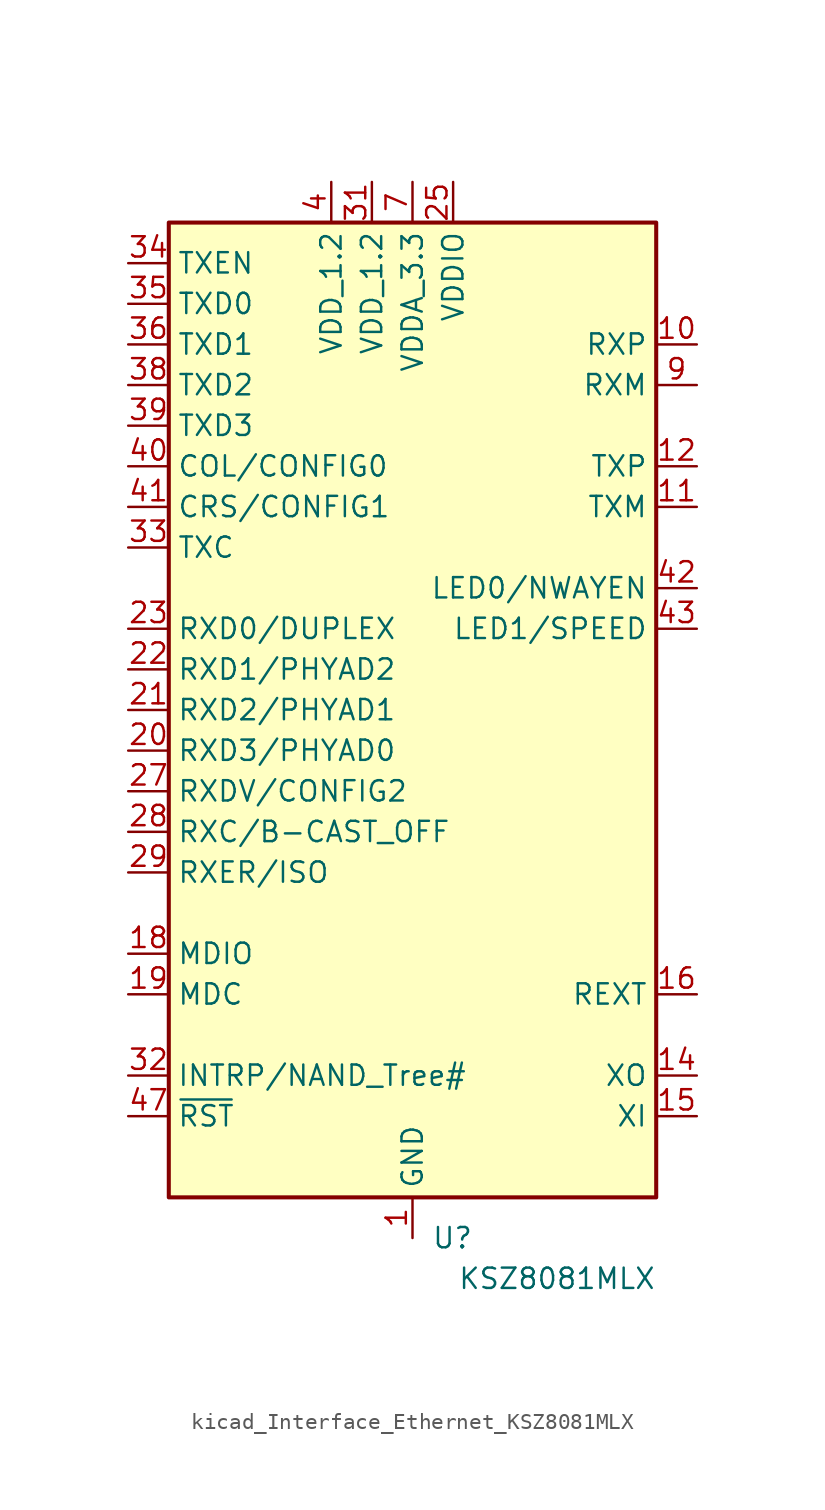
<source format=kicad_sym>
(kicad_symbol_lib
  (version 20220914)
  (generator kicad_symbol_editor)
  (symbol "kicad_Interface_Ethernet_KSZ8081MLX"
    (property "Reference" "U"
      (at 3.81 -33.02 0)
      (effects (font (size 1.27 1.27)) (justify right)))
    (property "Value" "KSZ8081MLX"
      (at 15.24 -35.56 0)
      (effects (font (size 1.27 1.27)) (justify right)))
    (symbol "kicad_Interface_Ethernet_KSZ8081MLX_1_1"
      (rectangle (start -15.24 30.48) (end 15.24 -30.48) (stroke (width 0.254) (type default)) (fill (type background)))
      (pin power_in line (at 0 -33.02 90) (length 2.54) (name "GND" (effects (font (size 1.27 1.27)))) (number "1" (effects (font (size 1.27 1.27)))))
      (pin passive line (at 17.78 22.86 180) (length 2.54) (name "RXP" (effects (font (size 1.27 1.27)))) (number "10" (effects (font (size 1.27 1.27)))))
      (pin passive line (at 17.78 12.7 180) (length 2.54) (name "TXM" (effects (font (size 1.27 1.27)))) (number "11" (effects (font (size 1.27 1.27)))))
      (pin passive line (at 17.78 15.24 180) (length 2.54) (name "TXP" (effects (font (size 1.27 1.27)))) (number "12" (effects (font (size 1.27 1.27)))))
      (pin passive line (at 0 -33.02 90) (length 2.54) hide (name "GND" (effects (font (size 1.27 1.27)))) (number "13" (effects (font (size 1.27 1.27)))))
      (pin output line (at 17.78 -22.86 180) (length 2.54) (name "XO" (effects (font (size 1.27 1.27)))) (number "14" (effects (font (size 1.27 1.27)))))
      (pin input line (at 17.78 -25.4 180) (length 2.54) (name "XI" (effects (font (size 1.27 1.27)))) (number "15" (effects (font (size 1.27 1.27)))))
      (pin passive line (at 17.78 -17.78 180) (length 2.54) (name "REXT" (effects (font (size 1.27 1.27)))) (number "16" (effects (font (size 1.27 1.27)))))
      (pin passive line (at 0 -33.02 90) (length 2.54) hide (name "GND" (effects (font (size 1.27 1.27)))) (number "17" (effects (font (size 1.27 1.27)))))
      (pin bidirectional line (at -17.78 -15.24 0) (length 2.54) (name "MDIO" (effects (font (size 1.27 1.27)))) (number "18" (effects (font (size 1.27 1.27)))))
      (pin input line (at -17.78 -17.78 0) (length 2.54) (name "MDC" (effects (font (size 1.27 1.27)))) (number "19" (effects (font (size 1.27 1.27)))))
      (pin passive line (at 0 -33.02 90) (length 2.54) hide (name "GND" (effects (font (size 1.27 1.27)))) (number "2" (effects (font (size 1.27 1.27)))))
      (pin output line (at -17.78 -2.54 0) (length 2.54) (name "RXD3/PHYAD0" (effects (font (size 1.27 1.27)))) (number "20" (effects (font (size 1.27 1.27)))))
      (pin output line (at -17.78 0 0) (length 2.54) (name "RXD2/PHYAD1" (effects (font (size 1.27 1.27)))) (number "21" (effects (font (size 1.27 1.27)))))
      (pin output line (at -17.78 2.54 0) (length 2.54) (name "RXD1/PHYAD2" (effects (font (size 1.27 1.27)))) (number "22" (effects (font (size 1.27 1.27)))))
      (pin output line (at -17.78 5.08 0) (length 2.54) (name "RXD0/DUPLEX" (effects (font (size 1.27 1.27)))) (number "23" (effects (font (size 1.27 1.27)))))
      (pin passive line (at 0 -33.02 90) (length 2.54) hide (name "GND" (effects (font (size 1.27 1.27)))) (number "24" (effects (font (size 1.27 1.27)))))
      (pin power_in line (at 2.54 33.02 270) (length 2.54) (name "VDDIO" (effects (font (size 1.27 1.27)))) (number "25" (effects (font (size 1.27 1.27)))))
      (pin no_connect line (at 15.24 -7.62 180) (length 2.54) hide (name "NC" (effects (font (size 1.27 1.27)))) (number "26" (effects (font (size 1.27 1.27)))))
      (pin bidirectional line (at -17.78 -5.08 0) (length 2.54) (name "RXDV/CONFIG2" (effects (font (size 1.27 1.27)))) (number "27" (effects (font (size 1.27 1.27)))))
      (pin bidirectional line (at -17.78 -7.62 0) (length 2.54) (name "RXC/B-CAST_OFF" (effects (font (size 1.27 1.27)))) (number "28" (effects (font (size 1.27 1.27)))))
      (pin output line (at -17.78 -10.16 0) (length 2.54) (name "RXER/ISO" (effects (font (size 1.27 1.27)))) (number "29" (effects (font (size 1.27 1.27)))))
      (pin passive line (at 0 -33.02 90) (length 2.54) hide (name "GND" (effects (font (size 1.27 1.27)))) (number "3" (effects (font (size 1.27 1.27)))))
      (pin passive line (at 0 -33.02 90) (length 2.54) hide (name "GND" (effects (font (size 1.27 1.27)))) (number "30" (effects (font (size 1.27 1.27)))))
      (pin power_in line (at -2.54 33.02 270) (length 2.54) (name "VDD_1.2" (effects (font (size 1.27 1.27)))) (number "31" (effects (font (size 1.27 1.27)))))
      (pin bidirectional line (at -17.78 -22.86 0) (length 2.54) (name "INTRP/NAND_Tree#" (effects (font (size 1.27 1.27)))) (number "32" (effects (font (size 1.27 1.27)))))
      (pin bidirectional line (at -17.78 10.16 0) (length 2.54) (name "TXC" (effects (font (size 1.27 1.27)))) (number "33" (effects (font (size 1.27 1.27)))))
      (pin input line (at -17.78 27.94 0) (length 2.54) (name "TXEN" (effects (font (size 1.27 1.27)))) (number "34" (effects (font (size 1.27 1.27)))))
      (pin input line (at -17.78 25.4 0) (length 2.54) (name "TXD0" (effects (font (size 1.27 1.27)))) (number "35" (effects (font (size 1.27 1.27)))))
      (pin input line (at -17.78 22.86 0) (length 2.54) (name "TXD1" (effects (font (size 1.27 1.27)))) (number "36" (effects (font (size 1.27 1.27)))))
      (pin passive line (at 0 -33.02 90) (length 2.54) hide (name "GND" (effects (font (size 1.27 1.27)))) (number "37" (effects (font (size 1.27 1.27)))))
      (pin input line (at -17.78 20.32 0) (length 2.54) (name "TXD2" (effects (font (size 1.27 1.27)))) (number "38" (effects (font (size 1.27 1.27)))))
      (pin input line (at -17.78 17.78 0) (length 2.54) (name "TXD3" (effects (font (size 1.27 1.27)))) (number "39" (effects (font (size 1.27 1.27)))))
      (pin power_out line (at -5.08 33.02 270) (length 2.54) (name "VDD_1.2" (effects (font (size 1.27 1.27)))) (number "4" (effects (font (size 1.27 1.27)))))
      (pin bidirectional line (at -17.78 15.24 0) (length 2.54) (name "COL/CONFIG0" (effects (font (size 1.27 1.27)))) (number "40" (effects (font (size 1.27 1.27)))))
      (pin bidirectional line (at -17.78 12.7 0) (length 2.54) (name "CRS/CONFIG1" (effects (font (size 1.27 1.27)))) (number "41" (effects (font (size 1.27 1.27)))))
      (pin bidirectional line (at 17.78 7.62 180) (length 2.54) (name "LED0/NWAYEN" (effects (font (size 1.27 1.27)))) (number "42" (effects (font (size 1.27 1.27)))))
      (pin output line (at 17.78 5.08 180) (length 2.54) (name "LED1/SPEED" (effects (font (size 1.27 1.27)))) (number "43" (effects (font (size 1.27 1.27)))))
      (pin no_connect line (at 15.24 -15.24 180) (length 2.54) hide (name "TEST/NC" (effects (font (size 1.27 1.27)))) (number "44" (effects (font (size 1.27 1.27)))))
      (pin no_connect line (at 15.24 -10.16 180) (length 2.54) hide (name "NC" (effects (font (size 1.27 1.27)))) (number "45" (effects (font (size 1.27 1.27)))))
      (pin no_connect line (at 15.24 -12.7 180) (length 2.54) hide (name "NC" (effects (font (size 1.27 1.27)))) (number "46" (effects (font (size 1.27 1.27)))))
      (pin input line (at -17.78 -25.4 0) (length 2.54) (name "~{RST}" (effects (font (size 1.27 1.27)))) (number "47" (effects (font (size 1.27 1.27)))))
      (pin no_connect line (at 15.24 0 180) (length 2.54) hide (name "NC" (effects (font (size 1.27 1.27)))) (number "5" (effects (font (size 1.27 1.27)))))
      (pin no_connect line (at 15.24 -2.54 180) (length 2.54) hide (name "NC" (effects (font (size 1.27 1.27)))) (number "6" (effects (font (size 1.27 1.27)))))
      (pin power_in line (at 0 33.02 270) (length 2.54) (name "VDDA_3.3" (effects (font (size 1.27 1.27)))) (number "7" (effects (font (size 1.27 1.27)))))
      (pin no_connect line (at 15.24 -5.08 180) (length 2.54) hide (name "NC" (effects (font (size 1.27 1.27)))) (number "8" (effects (font (size 1.27 1.27)))))
      (pin passive line (at 17.78 20.32 180) (length 2.54) (name "RXM" (effects (font (size 1.27 1.27)))) (number "9" (effects (font (size 1.27 1.27))))))))
</source>
